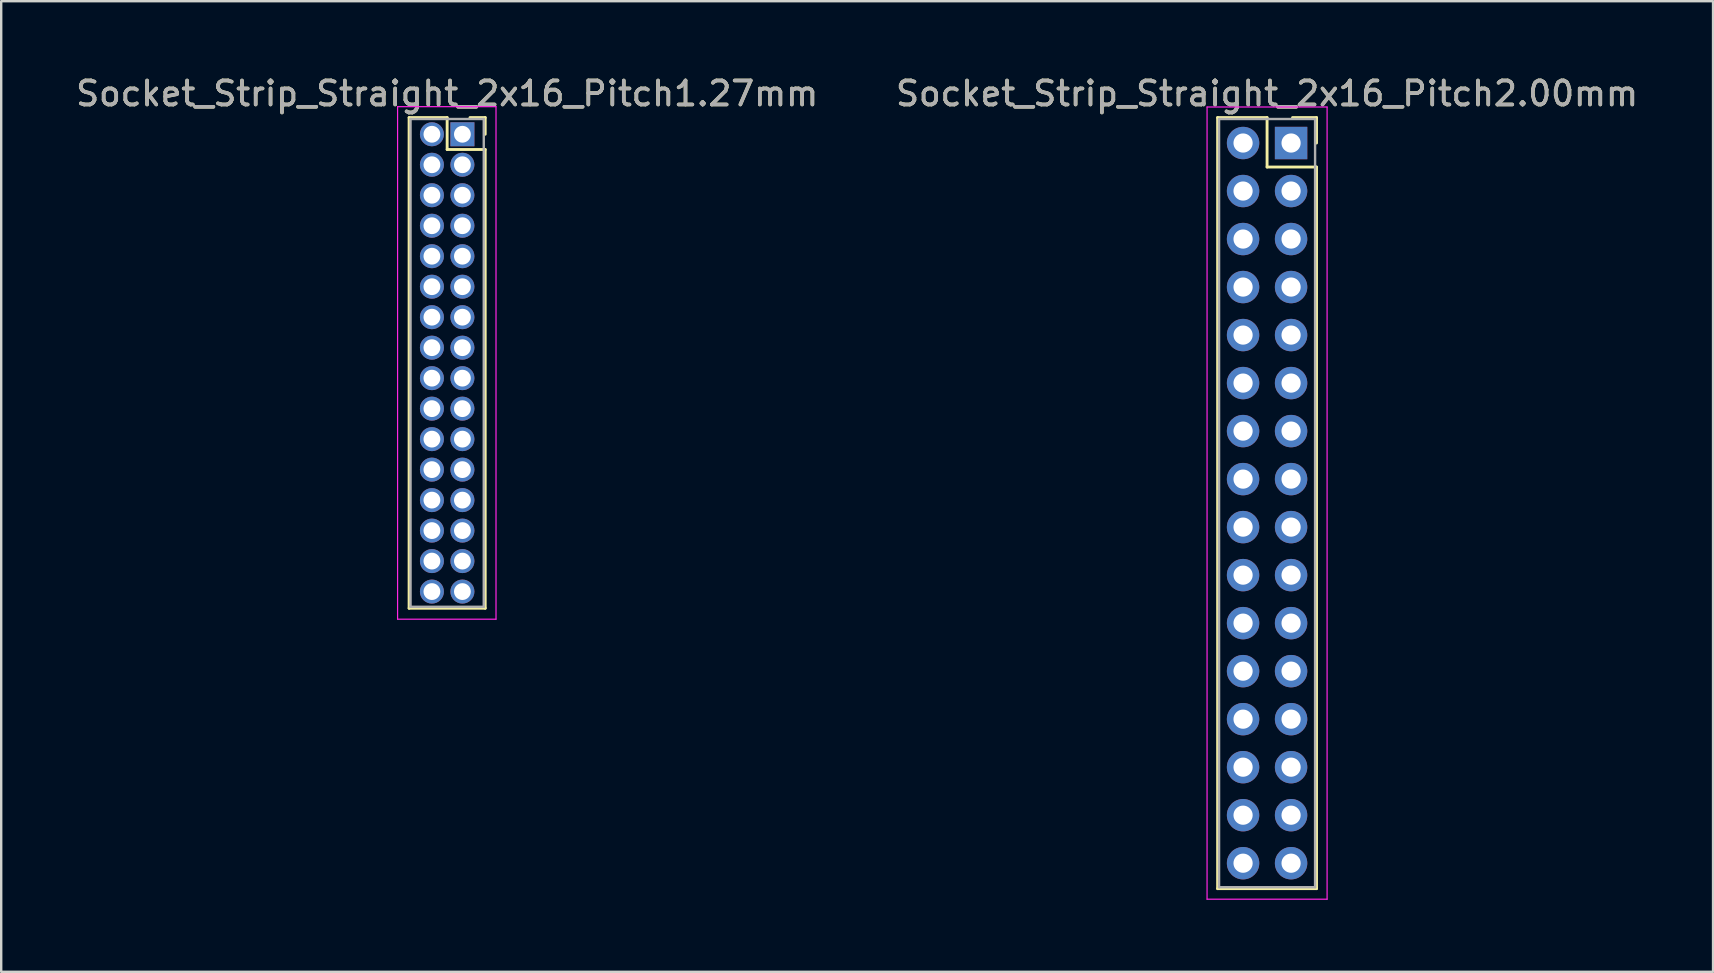
<source format=kicad_pcb>
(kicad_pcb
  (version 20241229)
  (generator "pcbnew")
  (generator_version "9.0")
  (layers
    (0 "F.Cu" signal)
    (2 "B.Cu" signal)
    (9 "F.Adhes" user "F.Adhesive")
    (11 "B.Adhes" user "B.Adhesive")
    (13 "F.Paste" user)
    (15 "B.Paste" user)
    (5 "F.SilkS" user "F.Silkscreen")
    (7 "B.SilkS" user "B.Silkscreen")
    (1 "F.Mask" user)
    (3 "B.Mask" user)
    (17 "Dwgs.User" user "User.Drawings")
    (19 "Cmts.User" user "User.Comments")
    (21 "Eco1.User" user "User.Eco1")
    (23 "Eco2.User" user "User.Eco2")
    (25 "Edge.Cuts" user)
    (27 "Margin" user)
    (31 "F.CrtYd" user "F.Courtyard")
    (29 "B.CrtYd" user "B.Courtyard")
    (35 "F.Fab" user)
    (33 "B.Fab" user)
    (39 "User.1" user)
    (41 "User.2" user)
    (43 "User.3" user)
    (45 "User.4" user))
  (footprint "Socket_Strip_Straight_2x16_Pitch1.27mm"
    (layer "F.Cu")
    (at 16.212 2.543)
    (property "Reference" "Socket_Strip_Straight_2x16_Pitch1.27mm" (at -0.635 -1.695 0) (layer "F.SilkS") (effects (font (size 1 1) (thickness 0.15))))
    (attr through_hole)
    (fp_line (start -2.22 -0.695) (end -0.635 -0.695) (stroke (width 0.12) (type solid)) (layer "F.SilkS"))
    (fp_line (start -2.22 19.745) (end -2.22 -0.695) (stroke (width 0.12) (type solid)) (layer "F.SilkS"))
    (fp_line (start -0.635 -0.695) (end -0.635 0.635) (stroke (width 0.12) (type solid)) (layer "F.SilkS"))
    (fp_line (start -0.635 0.635) (end 0.95 0.635) (stroke (width 0.12) (type solid)) (layer "F.SilkS"))
    (fp_line (start 0.95 -0.695) (end 0.315 -0.695) (stroke (width 0.12) (type solid)) (layer "F.SilkS"))
    (fp_line (start 0.95 0) (end 0.95 -0.695) (stroke (width 0.12) (type solid)) (layer "F.SilkS"))
    (fp_line (start 0.95 0.635) (end 0.95 19.745) (stroke (width 0.12) (type solid)) (layer "F.SilkS"))
    (fp_line (start 0.95 19.745) (end -2.22 19.745) (stroke (width 0.12) (type solid)) (layer "F.SilkS"))
    (fp_line (start -2.7 -1.15) (end -2.7 20.2) (stroke (width 0.05) (type solid)) (layer "F.CrtYd"))
    (fp_line (start -2.7 20.2) (end 1.4 20.2) (stroke (width 0.05) (type solid)) (layer "F.CrtYd"))
    (fp_line (start 1.4 -1.15) (end -2.7 -1.15) (stroke (width 0.05) (type solid)) (layer "F.CrtYd"))
    (fp_line (start 1.4 20.2) (end 1.4 -1.15) (stroke (width 0.05) (type solid)) (layer "F.CrtYd"))
    (fp_line (start -2.16 -0.635) (end -2.16 19.685) (stroke (width 0.1) (type solid)) (layer "F.Fab"))
    (fp_line (start -2.16 19.685) (end 0.89 19.685) (stroke (width 0.1) (type solid)) (layer "F.Fab"))
    (fp_line (start 0.89 -0.635) (end -2.16 -0.635) (stroke (width 0.1) (type solid)) (layer "F.Fab"))
    (fp_line (start 0.89 19.685) (end 0.89 -0.635) (stroke (width 0.1) (type solid)) (layer "F.Fab"))
    (fp_text user "${REFERENCE}" (at -0.635 -1.695 0) (layer "F.Fab") (effects (font (size 1 1) (thickness 0.15))))
    (pad "1" thru_hole rect (at 0 0) (size 1 1) (drill 0.7) (layers "*.Cu" "*.Mask"))
    (pad "2" thru_hole oval (at -1.27 0) (size 1 1) (drill 0.7) (layers "*.Cu" "*.Mask"))
    (pad "3" thru_hole oval (at 0 1.27) (size 1 1) (drill 0.7) (layers "*.Cu" "*.Mask"))
    (pad "4" thru_hole oval (at -1.27 1.27) (size 1 1) (drill 0.7) (layers "*.Cu" "*.Mask"))
    (pad "5" thru_hole oval (at 0 2.54) (size 1 1) (drill 0.7) (layers "*.Cu" "*.Mask"))
    (pad "6" thru_hole oval (at -1.27 2.54) (size 1 1) (drill 0.7) (layers "*.Cu" "*.Mask"))
    (pad "7" thru_hole oval (at 0 3.81) (size 1 1) (drill 0.7) (layers "*.Cu" "*.Mask"))
    (pad "8" thru_hole oval (at -1.27 3.81) (size 1 1) (drill 0.7) (layers "*.Cu" "*.Mask"))
    (pad "9" thru_hole oval (at 0 5.08) (size 1 1) (drill 0.7) (layers "*.Cu" "*.Mask"))
    (pad "10" thru_hole oval (at -1.27 5.08) (size 1 1) (drill 0.7) (layers "*.Cu" "*.Mask"))
    (pad "11" thru_hole oval (at 0 6.35) (size 1 1) (drill 0.7) (layers "*.Cu" "*.Mask"))
    (pad "12" thru_hole oval (at -1.27 6.35) (size 1 1) (drill 0.7) (layers "*.Cu" "*.Mask"))
    (pad "13" thru_hole oval (at 0 7.62) (size 1 1) (drill 0.7) (layers "*.Cu" "*.Mask"))
    (pad "14" thru_hole oval (at -1.27 7.62) (size 1 1) (drill 0.7) (layers "*.Cu" "*.Mask"))
    (pad "15" thru_hole oval (at 0 8.89) (size 1 1) (drill 0.7) (layers "*.Cu" "*.Mask"))
    (pad "16" thru_hole oval (at -1.27 8.89) (size 1 1) (drill 0.7) (layers "*.Cu" "*.Mask"))
    (pad "17" thru_hole oval (at 0 10.16) (size 1 1) (drill 0.7) (layers "*.Cu" "*.Mask"))
    (pad "18" thru_hole oval (at -1.27 10.16) (size 1 1) (drill 0.7) (layers "*.Cu" "*.Mask"))
    (pad "19" thru_hole oval (at 0 11.43) (size 1 1) (drill 0.7) (layers "*.Cu" "*.Mask"))
    (pad "20" thru_hole oval (at -1.27 11.43) (size 1 1) (drill 0.7) (layers "*.Cu" "*.Mask"))
    (pad "21" thru_hole oval (at 0 12.7) (size 1 1) (drill 0.7) (layers "*.Cu" "*.Mask"))
    (pad "22" thru_hole oval (at -1.27 12.7) (size 1 1) (drill 0.7) (layers "*.Cu" "*.Mask"))
    (pad "23" thru_hole oval (at 0 13.97) (size 1 1) (drill 0.7) (layers "*.Cu" "*.Mask"))
    (pad "24" thru_hole oval (at -1.27 13.97) (size 1 1) (drill 0.7) (layers "*.Cu" "*.Mask"))
    (pad "25" thru_hole oval (at 0 15.24) (size 1 1) (drill 0.7) (layers "*.Cu" "*.Mask"))
    (pad "26" thru_hole oval (at -1.27 15.24) (size 1 1) (drill 0.7) (layers "*.Cu" "*.Mask"))
    (pad "27" thru_hole oval (at 0 16.51) (size 1 1) (drill 0.7) (layers "*.Cu" "*.Mask"))
    (pad "28" thru_hole oval (at -1.27 16.51) (size 1 1) (drill 0.7) (layers "*.Cu" "*.Mask"))
    (pad "29" thru_hole oval (at 0 17.78) (size 1 1) (drill 0.7) (layers "*.Cu" "*.Mask"))
    (pad "30" thru_hole oval (at -1.27 17.78) (size 1 1) (drill 0.7) (layers "*.Cu" "*.Mask"))
    (pad "31" thru_hole oval (at 0 19.05) (size 1 1) (drill 0.7) (layers "*.Cu" "*.Mask"))
    (pad "32" thru_hole oval (at -1.27 19.05) (size 1 1) (drill 0.7) (layers "*.Cu" "*.Mask")))
  (footprint "Socket_Strip_Straight_2x16_Pitch2.00mm"
    (layer "F.Cu")
    (at 50.732 2.908)
    (property "Reference" "Socket_Strip_Straight_2x16_Pitch2.00mm" (at -1 -2.06 0) (layer "F.SilkS") (effects (font (size 1 1) (thickness 0.15))))
    (attr through_hole)
    (fp_line (start -3.06 -1.06) (end -1 -1.06) (stroke (width 0.12) (type solid)) (layer "F.SilkS"))
    (fp_line (start -3.06 31.06) (end -3.06 -1.06) (stroke (width 0.12) (type solid)) (layer "F.SilkS"))
    (fp_line (start -1 -1.06) (end -1 1) (stroke (width 0.12) (type solid)) (layer "F.SilkS"))
    (fp_line (start -1 1) (end 1.06 1) (stroke (width 0.12) (type solid)) (layer "F.SilkS"))
    (fp_line (start 1.06 -1.06) (end 0.06 -1.06) (stroke (width 0.12) (type solid)) (layer "F.SilkS"))
    (fp_line (start 1.06 0) (end 1.06 -1.06) (stroke (width 0.12) (type solid)) (layer "F.SilkS"))
    (fp_line (start 1.06 1) (end 1.06 31.06) (stroke (width 0.12) (type solid)) (layer "F.SilkS"))
    (fp_line (start 1.06 31.06) (end -3.06 31.06) (stroke (width 0.12) (type solid)) (layer "F.SilkS"))
    (fp_line (start -3.5 -1.5) (end -3.5 31.5) (stroke (width 0.05) (type solid)) (layer "F.CrtYd"))
    (fp_line (start -3.5 31.5) (end 1.5 31.5) (stroke (width 0.05) (type solid)) (layer "F.CrtYd"))
    (fp_line (start 1.5 -1.5) (end -3.5 -1.5) (stroke (width 0.05) (type solid)) (layer "F.CrtYd"))
    (fp_line (start 1.5 31.5) (end 1.5 -1.5) (stroke (width 0.05) (type solid)) (layer "F.CrtYd"))
    (fp_line (start -3 -1) (end -3 31) (stroke (width 0.1) (type solid)) (layer "F.Fab"))
    (fp_line (start -3 31) (end 1 31) (stroke (width 0.1) (type solid)) (layer "F.Fab"))
    (fp_line (start 1 -1) (end -3 -1) (stroke (width 0.1) (type solid)) (layer "F.Fab"))
    (fp_line (start 1 31) (end 1 -1) (stroke (width 0.1) (type solid)) (layer "F.Fab"))
    (fp_text user "${REFERENCE}" (at -1 -2.06 0) (layer "F.Fab") (effects (font (size 1 1) (thickness 0.15))))
    (pad "1" thru_hole rect (at 0 0) (size 1.35 1.35) (drill 0.8) (layers "*.Cu" "*.Mask"))
    (pad "2" thru_hole oval (at -2 0) (size 1.35 1.35) (drill 0.8) (layers "*.Cu" "*.Mask"))
    (pad "3" thru_hole oval (at 0 2) (size 1.35 1.35) (drill 0.8) (layers "*.Cu" "*.Mask"))
    (pad "4" thru_hole oval (at -2 2) (size 1.35 1.35) (drill 0.8) (layers "*.Cu" "*.Mask"))
    (pad "5" thru_hole oval (at 0 4) (size 1.35 1.35) (drill 0.8) (layers "*.Cu" "*.Mask"))
    (pad "6" thru_hole oval (at -2 4) (size 1.35 1.35) (drill 0.8) (layers "*.Cu" "*.Mask"))
    (pad "7" thru_hole oval (at 0 6) (size 1.35 1.35) (drill 0.8) (layers "*.Cu" "*.Mask"))
    (pad "8" thru_hole oval (at -2 6) (size 1.35 1.35) (drill 0.8) (layers "*.Cu" "*.Mask"))
    (pad "9" thru_hole oval (at 0 8) (size 1.35 1.35) (drill 0.8) (layers "*.Cu" "*.Mask"))
    (pad "10" thru_hole oval (at -2 8) (size 1.35 1.35) (drill 0.8) (layers "*.Cu" "*.Mask"))
    (pad "11" thru_hole oval (at 0 10) (size 1.35 1.35) (drill 0.8) (layers "*.Cu" "*.Mask"))
    (pad "12" thru_hole oval (at -2 10) (size 1.35 1.35) (drill 0.8) (layers "*.Cu" "*.Mask"))
    (pad "13" thru_hole oval (at 0 12) (size 1.35 1.35) (drill 0.8) (layers "*.Cu" "*.Mask"))
    (pad "14" thru_hole oval (at -2 12) (size 1.35 1.35) (drill 0.8) (layers "*.Cu" "*.Mask"))
    (pad "15" thru_hole oval (at 0 14) (size 1.35 1.35) (drill 0.8) (layers "*.Cu" "*.Mask"))
    (pad "16" thru_hole oval (at -2 14) (size 1.35 1.35) (drill 0.8) (layers "*.Cu" "*.Mask"))
    (pad "17" thru_hole oval (at 0 16) (size 1.35 1.35) (drill 0.8) (layers "*.Cu" "*.Mask"))
    (pad "18" thru_hole oval (at -2 16) (size 1.35 1.35) (drill 0.8) (layers "*.Cu" "*.Mask"))
    (pad "19" thru_hole oval (at 0 18) (size 1.35 1.35) (drill 0.8) (layers "*.Cu" "*.Mask"))
    (pad "20" thru_hole oval (at -2 18) (size 1.35 1.35) (drill 0.8) (layers "*.Cu" "*.Mask"))
    (pad "21" thru_hole oval (at 0 20) (size 1.35 1.35) (drill 0.8) (layers "*.Cu" "*.Mask"))
    (pad "22" thru_hole oval (at -2 20) (size 1.35 1.35) (drill 0.8) (layers "*.Cu" "*.Mask"))
    (pad "23" thru_hole oval (at 0 22) (size 1.35 1.35) (drill 0.8) (layers "*.Cu" "*.Mask"))
    (pad "24" thru_hole oval (at -2 22) (size 1.35 1.35) (drill 0.8) (layers "*.Cu" "*.Mask"))
    (pad "25" thru_hole oval (at 0 24) (size 1.35 1.35) (drill 0.8) (layers "*.Cu" "*.Mask"))
    (pad "26" thru_hole oval (at -2 24) (size 1.35 1.35) (drill 0.8) (layers "*.Cu" "*.Mask"))
    (pad "27" thru_hole oval (at 0 26) (size 1.35 1.35) (drill 0.8) (layers "*.Cu" "*.Mask"))
    (pad "28" thru_hole oval (at -2 26) (size 1.35 1.35) (drill 0.8) (layers "*.Cu" "*.Mask"))
    (pad "29" thru_hole oval (at 0 28) (size 1.35 1.35) (drill 0.8) (layers "*.Cu" "*.Mask"))
    (pad "30" thru_hole oval (at -2 28) (size 1.35 1.35) (drill 0.8) (layers "*.Cu" "*.Mask"))
    (pad "31" thru_hole oval (at 0 30) (size 1.35 1.35) (drill 0.8) (layers "*.Cu" "*.Mask"))
    (pad "32" thru_hole oval (at -2 30) (size 1.35 1.35) (drill 0.8) (layers "*.Cu" "*.Mask")))
  (gr_rect
    (start -3 -3)
    (end 68.31 37.433)
    (stroke (width 0.1) (type default))
    (fill no)
    (layer "Edge.Cuts")))
</source>
